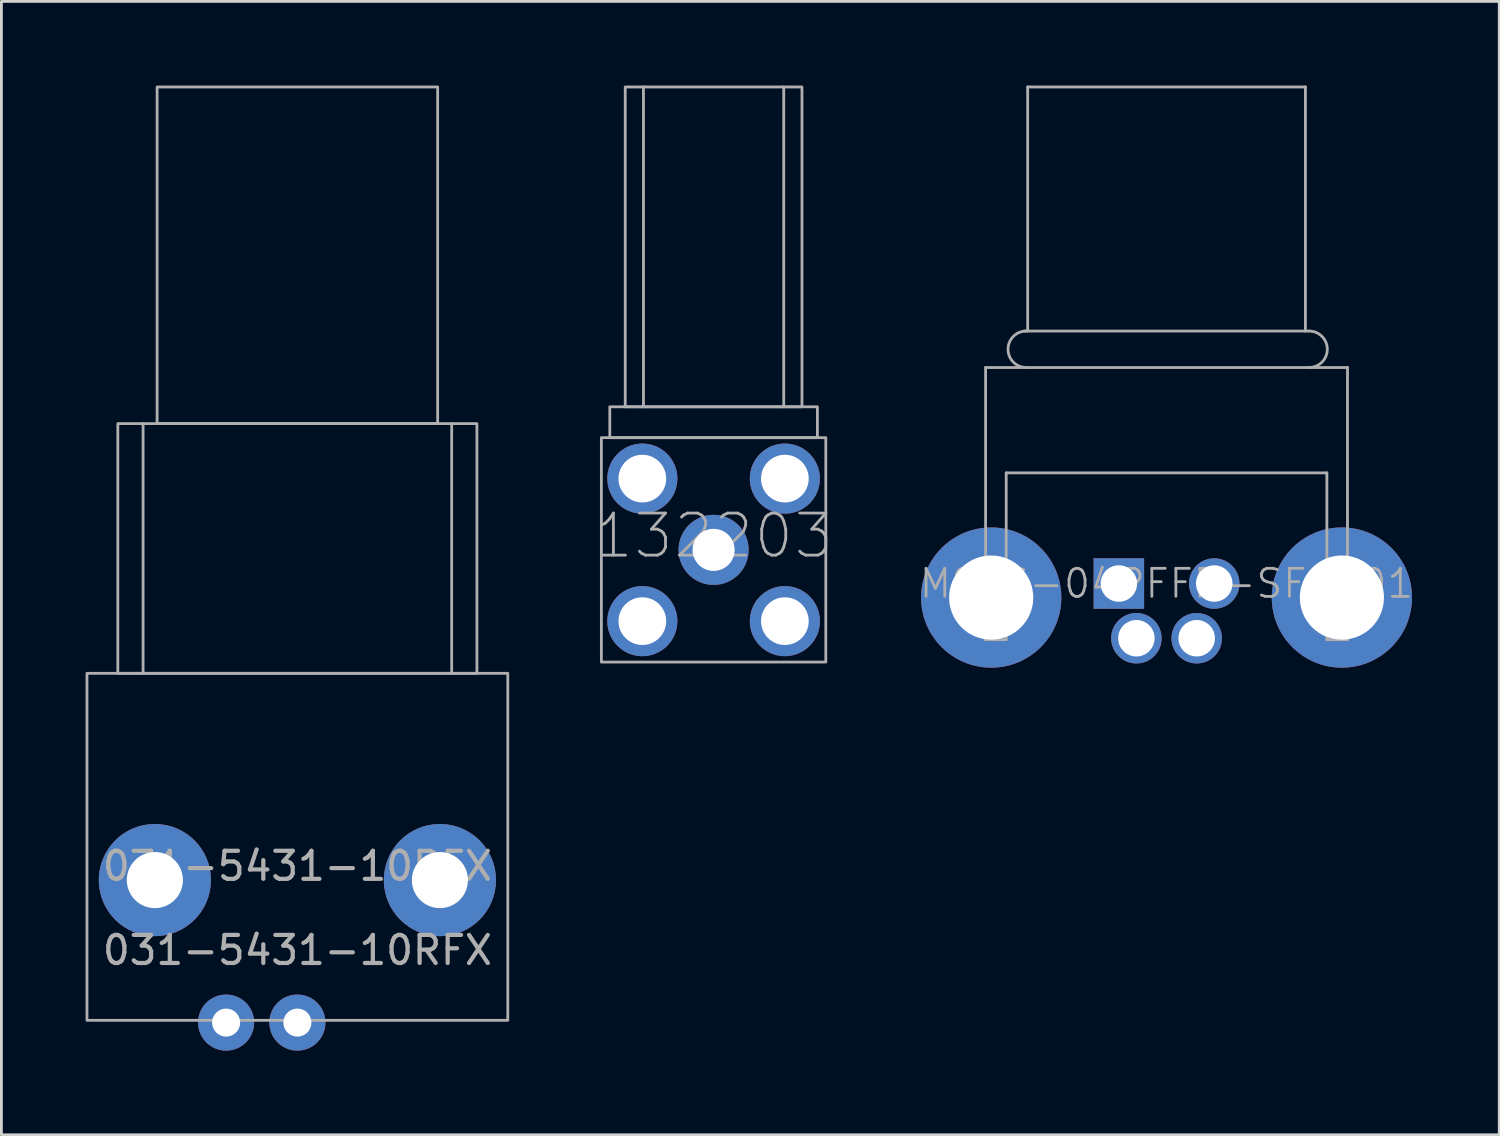
<source format=kicad_pcb>
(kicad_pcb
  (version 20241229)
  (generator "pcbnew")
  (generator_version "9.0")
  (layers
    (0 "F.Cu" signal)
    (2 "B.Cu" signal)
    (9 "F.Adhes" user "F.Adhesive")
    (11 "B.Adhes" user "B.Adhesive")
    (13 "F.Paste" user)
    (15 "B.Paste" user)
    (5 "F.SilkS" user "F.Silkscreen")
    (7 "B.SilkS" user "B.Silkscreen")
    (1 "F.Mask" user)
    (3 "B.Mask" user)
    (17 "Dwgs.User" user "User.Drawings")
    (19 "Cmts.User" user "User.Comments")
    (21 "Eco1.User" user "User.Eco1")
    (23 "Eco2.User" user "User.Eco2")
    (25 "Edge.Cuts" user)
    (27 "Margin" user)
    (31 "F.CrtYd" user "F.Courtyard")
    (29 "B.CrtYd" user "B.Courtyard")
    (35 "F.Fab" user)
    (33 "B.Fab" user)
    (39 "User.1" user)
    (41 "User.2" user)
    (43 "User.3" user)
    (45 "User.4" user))
  (footprint "031-5431-10RFX"
    (layer "F.Cu")
    (at 7.55 28.32)
    (property "Reference" "031-5431-10RFX" (at 0 -0.5 0) (unlocked yes) (layer "F.Fab") (effects (font (size 1 1) (thickness 0.15))))
    (attr through_hole)
    (fp_line (start -5.5 -16.27) (end -5.5 -7.37) (stroke (width 0.1) (type default)) (layer "F.Fab"))
    (fp_line (start 5.5 -16.27) (end 5.5 -7.37) (stroke (width 0.1) (type default)) (layer "F.Fab"))
    (fp_rect (start -7.5 5) (end 7.5 -7.37) (stroke (width 0.1) (type default)) (fill no) (layer "F.Fab"))
    (fp_rect (start -6.4 -7.37) (end 6.4 -16.27) (stroke (width 0.1) (type default)) (fill no) (layer "F.Fab"))
    (fp_rect (start -5 -16.27) (end 5 -28.27) (stroke (width 0.1) (type default)) (fill no) (layer "F.Fab"))
    (fp_text user "${REFERENCE}" (at 0 2.5 0) (unlocked yes) (layer "F.Fab") (effects (font (size 1 1) (thickness 0.15))))
    (pad "" thru_hole circle (at -5.08 0) (size 4 4) (drill 2) (layers "*.Cu" "*.Mask"))
    (pad "" thru_hole circle (at 5.08 0) (size 4 4) (drill 2) (layers "*.Cu" "*.Mask"))
    (pad "1" thru_hole circle (at 0 5.08) (size 2 2) (drill 1) (layers "*.Cu" "*.Mask"))
    (pad "2" thru_hole circle (at -2.54 5.08) (size 2 2) (drill 1) (layers "*.Cu" "*.Mask")))
  (footprint "M8AS-04PFFR-SF8001"
    (layer "F.Cu")
    (at 38.531 8.75)
    (property "Reference" "M8AS-04PFFR-SF8001" (at 0 9 0) (unlocked yes) (layer "F.Fab") (effects (font (size 1 1) (thickness 0.1))))
    (attr through_hole)
    (fp_line (start -6.45 1.3) (end -6.45 11) (stroke (width 0.1) (type default)) (layer "F.Fab"))
    (fp_line (start -6.45 1.3) (end 6.45 1.3) (stroke (width 0.1) (type default)) (layer "F.Fab"))
    (fp_line (start -6.45 11) (end -5.715 11) (stroke (width 0.1) (type default)) (layer "F.Fab"))
    (fp_line (start -5.715 5.055) (end 5.715 5.055) (stroke (width 0.1) (type default)) (layer "F.Fab"))
    (fp_line (start -5.715 11) (end -5.715 5.055) (stroke (width 0.1) (type default)) (layer "F.Fab"))
    (fp_line (start -5.08 0) (end 5.08 0) (stroke (width 0.1) (type default)) (layer "F.Fab"))
    (fp_line (start -4.95 -8.7) (end -4.95 0) (stroke (width 0.1) (type default)) (layer "F.Fab"))
    (fp_line (start -4.95 -8.7) (end 4.95 -8.7) (stroke (width 0.1) (type default)) (layer "F.Fab"))
    (fp_line (start 4.95 -8.7) (end 4.95 0) (stroke (width 0.1) (type default)) (layer "F.Fab"))
    (fp_line (start 5.715 5.055) (end 5.715 11) (stroke (width 0.1) (type default)) (layer "F.Fab"))
    (fp_line (start 6.45 1.3) (end 6.45 11) (stroke (width 0.1) (type default)) (layer "F.Fab"))
    (fp_line (start 6.45 11) (end 5.715 11) (stroke (width 0.1) (type default)) (layer "F.Fab"))
    (fp_arc (start -5 1.3) (mid -5.65 0.65) (end -5 0) (stroke (width 0.1) (type default)) (layer "F.Fab"))
    (fp_arc (start 5.08 0) (mid 5.73 0.65) (end 5.08 1.3) (stroke (width 0.1) (type default)) (layer "F.Fab"))
    (pad "1" thru_hole rect (at -1.7 9) (size 1.8 1.8) (drill 1.3) (layers "*.Cu" "*.Mask"))
    (pad "2" thru_hole circle (at -1.075 10.95) (size 1.8 1.8) (drill 1.3) (layers "*.Cu" "*.Mask"))
    (pad "3" thru_hole circle (at 1.075 10.95) (size 1.8 1.8) (drill 1.3) (layers "*.Cu" "*.Mask"))
    (pad "4" thru_hole circle (at 1.7 9) (size 1.8 1.8) (drill 1.3) (layers "*.Cu" "*.Mask"))
    (pad "5" thru_hole circle (at -6.25 9.5) (size 5 5) (drill 3) (layers "*.Cu" "*.Mask"))
    (pad "5" thru_hole circle (at 6.25 9.5) (size 5 5) (drill 3) (layers "*.Cu" "*.Mask")))
  (footprint "132203"
    (layer "F.Cu")
    (at 22.386 16.55)
    (property "Reference" "132203" (at 0 -0.5 0) (unlocked yes) (layer "F.Fab") (effects (font (size 1.5 1.5) (thickness 0.1))))
    (attr through_hole)
    (fp_line (start -2.5 -5.1) (end -2.5 -16.5) (stroke (width 0.1) (type default)) (layer "F.Fab"))
    (fp_line (start 2.5 -5.1) (end 2.5 -16.5) (stroke (width 0.1) (type default)) (layer "F.Fab"))
    (fp_rect (start -4 4) (end 4 -4) (stroke (width 0.1) (type default)) (fill no) (layer "F.Fab"))
    (fp_rect (start -3.7 -5.1) (end 3.7 -4) (stroke (width 0.1) (type default)) (fill no) (layer "F.Fab"))
    (fp_rect (start -3.15 -5.1) (end 3.15 -16.5) (stroke (width 0.1) (type default)) (fill no) (layer "F.Fab"))
    (pad "1" thru_hole circle (at 0 0) (size 2.5 2.5) (drill 1.5) (layers "*.Cu" "*.Mask"))
    (pad "2" thru_hole circle (at -2.54 -2.54) (size 2.5 2.5) (drill 1.7) (layers "*.Cu" "*.Mask"))
    (pad "2" thru_hole circle (at -2.54 2.54) (size 2.5 2.5) (drill 1.7) (layers "*.Cu" "*.Mask"))
    (pad "2" thru_hole circle (at 2.54 -2.54) (size 2.5 2.5) (drill 1.7) (layers "*.Cu" "*.Mask"))
    (pad "2" thru_hole circle (at 2.54 2.54) (size 2.5 2.5) (drill 1.7) (layers "*.Cu" "*.Mask")))
  (gr_rect
    (start -3 -3)
    (end 50.39 37.4)
    (stroke (width 0.1) (type default))
    (fill no)
    (layer "Edge.Cuts")))
</source>
